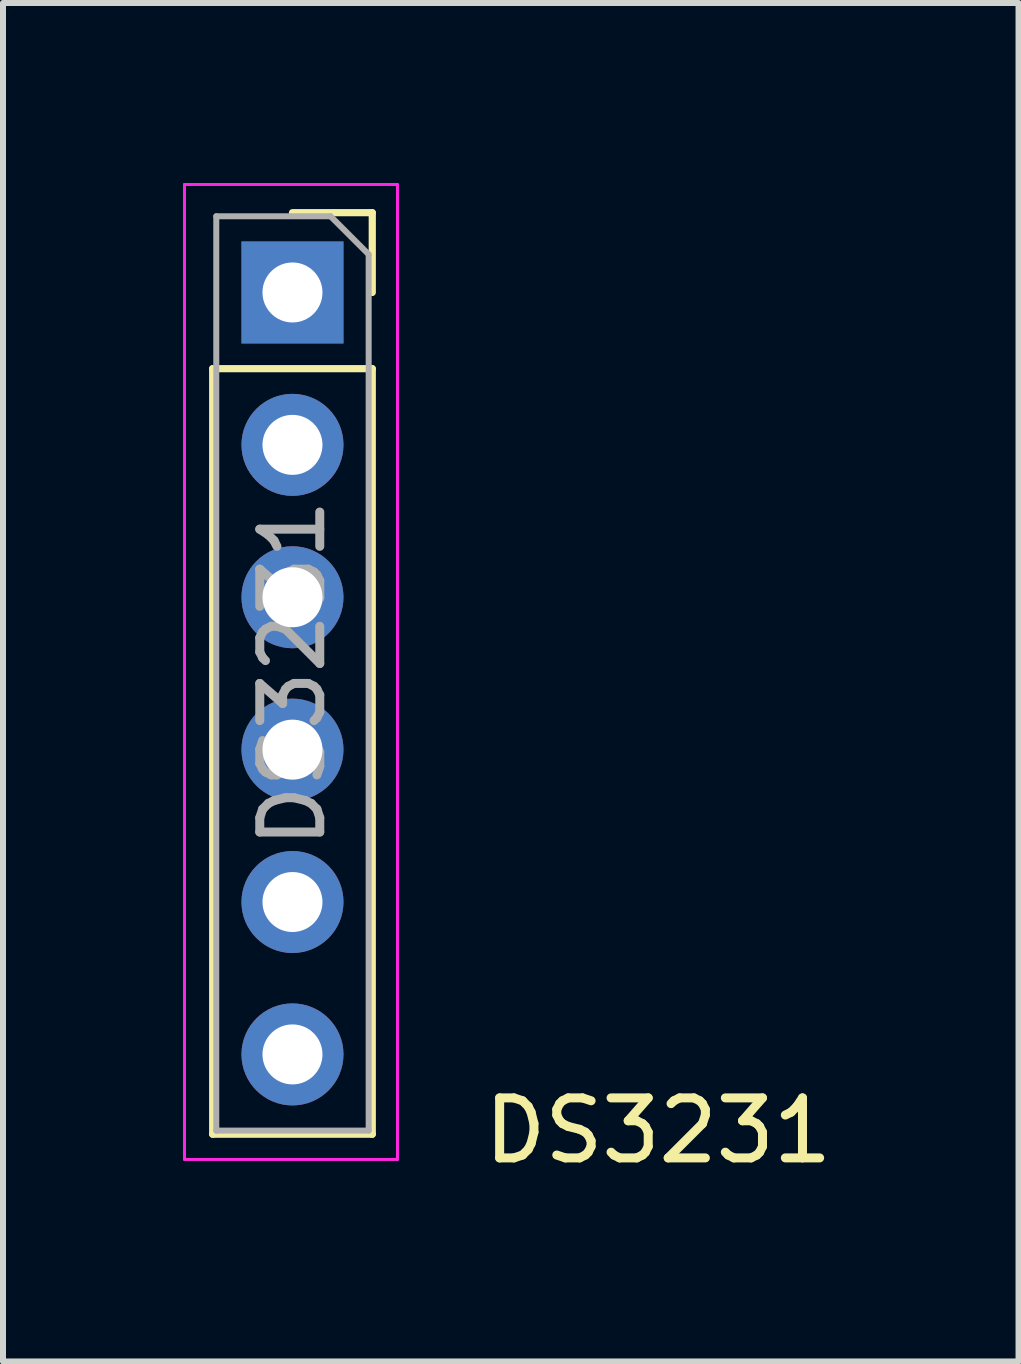
<source format=kicad_pcb>
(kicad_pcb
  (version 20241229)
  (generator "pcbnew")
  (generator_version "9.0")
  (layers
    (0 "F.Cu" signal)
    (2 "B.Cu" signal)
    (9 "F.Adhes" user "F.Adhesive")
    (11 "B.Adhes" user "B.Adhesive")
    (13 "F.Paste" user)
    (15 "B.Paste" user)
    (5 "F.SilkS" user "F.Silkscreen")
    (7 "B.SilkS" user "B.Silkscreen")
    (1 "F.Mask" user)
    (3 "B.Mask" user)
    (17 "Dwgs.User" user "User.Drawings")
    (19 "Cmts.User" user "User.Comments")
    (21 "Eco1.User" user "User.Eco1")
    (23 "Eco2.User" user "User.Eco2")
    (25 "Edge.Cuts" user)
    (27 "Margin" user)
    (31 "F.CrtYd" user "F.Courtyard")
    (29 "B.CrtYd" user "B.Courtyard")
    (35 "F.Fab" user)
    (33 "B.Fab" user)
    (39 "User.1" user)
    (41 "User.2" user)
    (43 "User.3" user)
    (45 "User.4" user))
  (footprint "DS3231"
    (layer "F.Cu")
    (at 7.921 11.223)
    (property "Reference" "DS3231" (at 0 4.572 0) (layer "F.SilkS") (effects (font (size 1 1) (thickness 0.15))))
    (attr through_hole)
    (fp_line (start -7.426 -8.128) (end -7.426 4.632) (stroke (width 0.12) (type solid)) (layer "F.SilkS"))
    (fp_line (start -7.426 -8.128) (end -4.766 -8.128) (stroke (width 0.12) (type solid)) (layer "F.SilkS"))
    (fp_line (start -7.426 4.632) (end -4.766 4.632) (stroke (width 0.12) (type solid)) (layer "F.SilkS"))
    (fp_line (start -6.096 -10.728) (end -4.766 -10.728) (stroke (width 0.12) (type solid)) (layer "F.SilkS"))
    (fp_line (start -4.766 -10.728) (end -4.766 -9.398) (stroke (width 0.12) (type solid)) (layer "F.SilkS"))
    (fp_line (start -4.766 -8.128) (end -4.766 4.632) (stroke (width 0.12) (type solid)) (layer "F.SilkS"))
    (fp_line (start -7.896 -11.198) (end -4.346 -11.198) (stroke (width 0.05) (type solid)) (layer "F.CrtYd"))
    (fp_line (start -7.896 5.052) (end -7.896 -11.198) (stroke (width 0.05) (type solid)) (layer "F.CrtYd"))
    (fp_line (start -4.346 -11.198) (end -4.346 5.052) (stroke (width 0.05) (type solid)) (layer "F.CrtYd"))
    (fp_line (start -4.346 5.052) (end -7.896 5.052) (stroke (width 0.05) (type solid)) (layer "F.CrtYd"))
    (fp_line (start -7.366 -10.668) (end -5.461 -10.668) (stroke (width 0.1) (type solid)) (layer "F.Fab"))
    (fp_line (start -7.366 4.572) (end -7.366 -10.668) (stroke (width 0.1) (type solid)) (layer "F.Fab"))
    (fp_line (start -5.461 -10.668) (end -4.826 -10.033) (stroke (width 0.1) (type solid)) (layer "F.Fab"))
    (fp_line (start -4.826 -10.033) (end -4.826 4.572) (stroke (width 0.1) (type solid)) (layer "F.Fab"))
    (fp_line (start -4.826 4.572) (end -7.366 4.572) (stroke (width 0.1) (type solid)) (layer "F.Fab"))
    (fp_text user "${REFERENCE}" (at -6.096 -3.048 90) (layer "F.Fab") (effects (font (size 1 1) (thickness 0.15))))
    (pad "1" thru_hole rect (at -6.096 -9.398) (size 1.7 1.7) (drill 1) (layers "*.Cu" "*.Mask"))
    (pad "2" thru_hole oval (at -6.096 -6.858) (size 1.7 1.7) (drill 1) (layers "*.Cu" "*.Mask"))
    (pad "3" thru_hole oval (at -6.096 -4.318) (size 1.7 1.7) (drill 1) (layers "*.Cu" "*.Mask"))
    (pad "4" thru_hole oval (at -6.096 -1.778) (size 1.7 1.7) (drill 1) (layers "*.Cu" "*.Mask"))
    (pad "5" thru_hole oval (at -6.096 0.762) (size 1.7 1.7) (drill 1) (layers "*.Cu" "*.Mask"))
    (pad "6" thru_hole oval (at -6.096 3.302) (size 1.7 1.7) (drill 1) (layers "*.Cu" "*.Mask")))
  (gr_rect
    (start -3 -3)
    (end 13.927 19.643)
    (stroke (width 0.1) (type default))
    (fill no)
    (layer "Edge.Cuts")))
</source>
